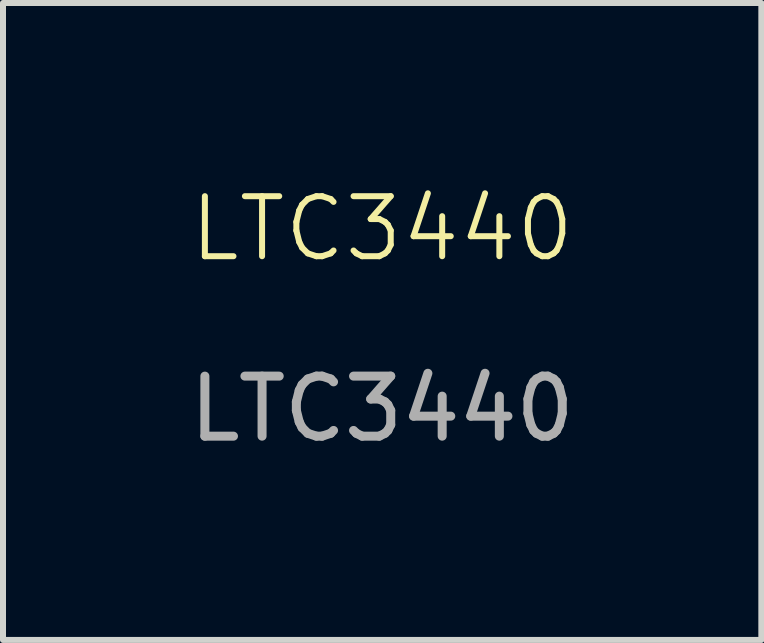
<source format=kicad_pcb>
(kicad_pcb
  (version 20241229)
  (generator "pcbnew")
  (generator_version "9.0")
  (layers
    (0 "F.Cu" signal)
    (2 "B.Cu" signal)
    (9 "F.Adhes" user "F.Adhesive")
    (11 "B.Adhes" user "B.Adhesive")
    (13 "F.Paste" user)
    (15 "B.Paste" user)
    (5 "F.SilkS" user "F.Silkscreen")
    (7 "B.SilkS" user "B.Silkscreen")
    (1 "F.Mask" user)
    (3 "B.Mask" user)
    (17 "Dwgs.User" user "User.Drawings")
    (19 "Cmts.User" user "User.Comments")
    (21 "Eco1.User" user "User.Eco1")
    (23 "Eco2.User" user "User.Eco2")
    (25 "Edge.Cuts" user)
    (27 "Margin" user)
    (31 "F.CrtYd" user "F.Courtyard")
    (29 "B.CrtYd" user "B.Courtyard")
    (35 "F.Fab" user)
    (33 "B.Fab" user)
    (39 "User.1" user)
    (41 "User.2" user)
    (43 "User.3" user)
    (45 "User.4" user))
  (footprint "LTC3440"
    (layer "F.Cu")
    (at 3.315 1.26)
    (property "Reference" "LTC3440" (at 0 -0.5 0) (unlocked yes) (layer "F.SilkS") (effects (font (size 1 1) (thickness 0.1))))
    (attr smd)
    (fp_text user "${REFERENCE}" (at 0 2.5 0) (unlocked yes) (layer "F.Fab") (effects (font (size 1 1) (thickness 0.15)))))
  (gr_rect
    (start -3 -3)
    (end 9.631 7.609)
    (stroke (width 0.1) (type default))
    (fill no)
    (layer "Edge.Cuts")))
</source>
